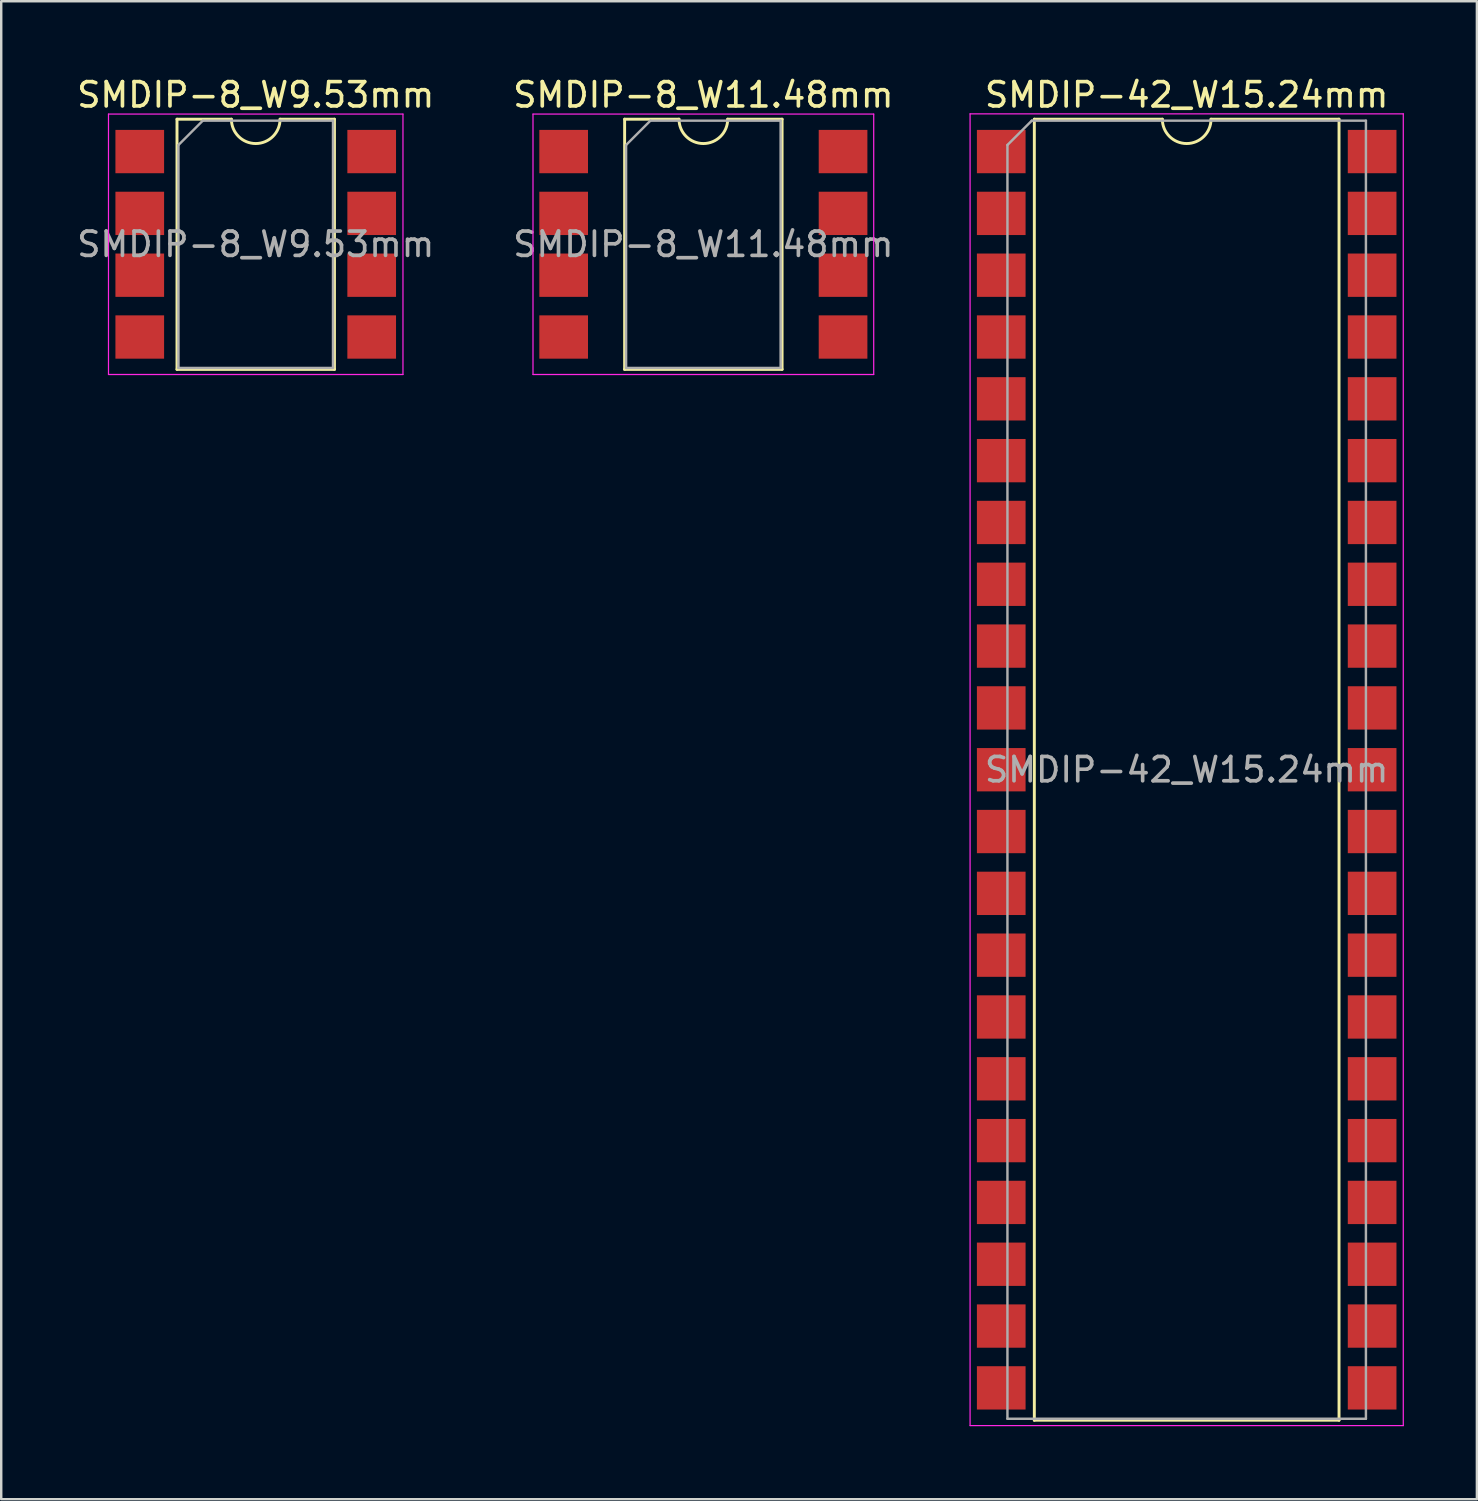
<source format=kicad_pcb>
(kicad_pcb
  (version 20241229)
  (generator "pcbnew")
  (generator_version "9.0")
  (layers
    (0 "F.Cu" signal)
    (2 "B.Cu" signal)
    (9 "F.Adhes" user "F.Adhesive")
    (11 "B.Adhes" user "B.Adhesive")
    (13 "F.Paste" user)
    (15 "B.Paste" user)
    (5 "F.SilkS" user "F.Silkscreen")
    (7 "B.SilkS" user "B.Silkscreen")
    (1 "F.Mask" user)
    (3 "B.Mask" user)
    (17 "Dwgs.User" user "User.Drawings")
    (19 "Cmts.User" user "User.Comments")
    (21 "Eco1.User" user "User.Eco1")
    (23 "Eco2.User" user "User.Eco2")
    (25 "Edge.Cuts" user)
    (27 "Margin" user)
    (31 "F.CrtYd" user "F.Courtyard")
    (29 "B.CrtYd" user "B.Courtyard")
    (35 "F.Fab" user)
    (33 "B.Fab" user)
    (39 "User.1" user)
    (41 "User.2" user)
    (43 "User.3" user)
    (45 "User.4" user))
  (footprint "SMDIP-8_W11.48mm"
    (layer "F.Cu")
    (at 25.851 6.988)
    (property "Reference" "SMDIP-8_W11.48mm" (at 0 -6.14 0) (layer "F.SilkS") (effects (font (size 1 1) (thickness 0.15))))
    (attr smd)
    (fp_line (start -3.235 -5.14) (end -3.235 5.14) (stroke (width 0.12) (type solid)) (layer "F.SilkS"))
    (fp_line (start -3.235 5.14) (end 3.235 5.14) (stroke (width 0.12) (type solid)) (layer "F.SilkS"))
    (fp_line (start -1 -5.14) (end -3.235 -5.14) (stroke (width 0.12) (type solid)) (layer "F.SilkS"))
    (fp_line (start 3.235 -5.14) (end 1 -5.14) (stroke (width 0.12) (type solid)) (layer "F.SilkS"))
    (fp_line (start 3.235 5.14) (end 3.235 -5.14) (stroke (width 0.12) (type solid)) (layer "F.SilkS"))
    (fp_arc (start 1 -5.14) (mid 0 -4.14) (end -1 -5.14) (stroke (width 0.12) (type solid)) (layer "F.SilkS"))
    (fp_line (start -7 -5.35) (end -7 5.35) (stroke (width 0.05) (type solid)) (layer "F.CrtYd"))
    (fp_line (start -7 5.35) (end 7 5.35) (stroke (width 0.05) (type solid)) (layer "F.CrtYd"))
    (fp_line (start 7 -5.35) (end -7 -5.35) (stroke (width 0.05) (type solid)) (layer "F.CrtYd"))
    (fp_line (start 7 5.35) (end 7 -5.35) (stroke (width 0.05) (type solid)) (layer "F.CrtYd"))
    (fp_line (start -3.175 -4.08) (end -2.175 -5.08) (stroke (width 0.1) (type solid)) (layer "F.Fab"))
    (fp_line (start -3.175 5.08) (end -3.175 -4.08) (stroke (width 0.1) (type solid)) (layer "F.Fab"))
    (fp_line (start -2.175 -5.08) (end 3.175 -5.08) (stroke (width 0.1) (type solid)) (layer "F.Fab"))
    (fp_line (start 3.175 -5.08) (end 3.175 5.08) (stroke (width 0.1) (type solid)) (layer "F.Fab"))
    (fp_line (start 3.175 5.08) (end -3.175 5.08) (stroke (width 0.1) (type solid)) (layer "F.Fab"))
    (fp_text user "${REFERENCE}" (at 0 0 0) (layer "F.Fab") (effects (font (size 1 1) (thickness 0.15))))
    (pad "1" smd rect (at -5.74 -3.81) (size 2 1.78) (layers "F.Cu" "F.Mask" "F.Paste"))
    (pad "2" smd rect (at -5.74 -1.27) (size 2 1.78) (layers "F.Cu" "F.Mask" "F.Paste"))
    (pad "3" smd rect (at -5.74 1.27) (size 2 1.78) (layers "F.Cu" "F.Mask" "F.Paste"))
    (pad "4" smd rect (at -5.74 3.81) (size 2 1.78) (layers "F.Cu" "F.Mask" "F.Paste"))
    (pad "5" smd rect (at 5.74 3.81) (size 2 1.78) (layers "F.Cu" "F.Mask" "F.Paste"))
    (pad "6" smd rect (at 5.74 1.27) (size 2 1.78) (layers "F.Cu" "F.Mask" "F.Paste"))
    (pad "7" smd rect (at 5.74 -1.27) (size 2 1.78) (layers "F.Cu" "F.Mask" "F.Paste"))
    (pad "8" smd rect (at 5.74 -3.81) (size 2 1.78) (layers "F.Cu" "F.Mask" "F.Paste")))
  (footprint "SMDIP-42_W15.24mm"
    (layer "F.Cu")
    (at 45.711 28.578)
    (property "Reference" "SMDIP-42_W15.24mm" (at 0 -27.73 0) (layer "F.SilkS") (effects (font (size 1 1) (thickness 0.15))))
    (attr smd)
    (fp_line (start -6.26 -26.73) (end -6.26 26.73) (stroke (width 0.12) (type solid)) (layer "F.SilkS"))
    (fp_line (start -6.26 26.73) (end 6.26 26.73) (stroke (width 0.12) (type solid)) (layer "F.SilkS"))
    (fp_line (start -1 -26.73) (end -6.26 -26.73) (stroke (width 0.12) (type solid)) (layer "F.SilkS"))
    (fp_line (start 6.26 -26.73) (end 1 -26.73) (stroke (width 0.12) (type solid)) (layer "F.SilkS"))
    (fp_line (start 6.26 26.73) (end 6.26 -26.73) (stroke (width 0.12) (type solid)) (layer "F.SilkS"))
    (fp_arc (start 1 -26.73) (mid 0 -25.73) (end -1 -26.73) (stroke (width 0.12) (type solid)) (layer "F.SilkS"))
    (fp_line (start -8.9 -26.95) (end -8.9 26.95) (stroke (width 0.05) (type solid)) (layer "F.CrtYd"))
    (fp_line (start -8.9 26.95) (end 8.9 26.95) (stroke (width 0.05) (type solid)) (layer "F.CrtYd"))
    (fp_line (start 8.9 -26.95) (end -8.9 -26.95) (stroke (width 0.05) (type solid)) (layer "F.CrtYd"))
    (fp_line (start 8.9 26.95) (end 8.9 -26.95) (stroke (width 0.05) (type solid)) (layer "F.CrtYd"))
    (fp_line (start -7.365 -25.67) (end -6.365 -26.67) (stroke (width 0.1) (type solid)) (layer "F.Fab"))
    (fp_line (start -7.365 26.67) (end -7.365 -25.67) (stroke (width 0.1) (type solid)) (layer "F.Fab"))
    (fp_line (start -6.365 -26.67) (end 7.365 -26.67) (stroke (width 0.1) (type solid)) (layer "F.Fab"))
    (fp_line (start 7.365 -26.67) (end 7.365 26.67) (stroke (width 0.1) (type solid)) (layer "F.Fab"))
    (fp_line (start 7.365 26.67) (end -7.365 26.67) (stroke (width 0.1) (type solid)) (layer "F.Fab"))
    (fp_text user "${REFERENCE}" (at 0 0 0) (layer "F.Fab") (effects (font (size 1 1) (thickness 0.15))))
    (pad "1" smd rect (at -7.62 -25.4) (size 2 1.78) (layers "F.Cu" "F.Mask" "F.Paste"))
    (pad "2" smd rect (at -7.62 -22.86) (size 2 1.78) (layers "F.Cu" "F.Mask" "F.Paste"))
    (pad "3" smd rect (at -7.62 -20.32) (size 2 1.78) (layers "F.Cu" "F.Mask" "F.Paste"))
    (pad "4" smd rect (at -7.62 -17.78) (size 2 1.78) (layers "F.Cu" "F.Mask" "F.Paste"))
    (pad "5" smd rect (at -7.62 -15.24) (size 2 1.78) (layers "F.Cu" "F.Mask" "F.Paste"))
    (pad "6" smd rect (at -7.62 -12.7) (size 2 1.78) (layers "F.Cu" "F.Mask" "F.Paste"))
    (pad "7" smd rect (at -7.62 -10.16) (size 2 1.78) (layers "F.Cu" "F.Mask" "F.Paste"))
    (pad "8" smd rect (at -7.62 -7.62) (size 2 1.78) (layers "F.Cu" "F.Mask" "F.Paste"))
    (pad "9" smd rect (at -7.62 -5.08) (size 2 1.78) (layers "F.Cu" "F.Mask" "F.Paste"))
    (pad "10" smd rect (at -7.62 -2.54) (size 2 1.78) (layers "F.Cu" "F.Mask" "F.Paste"))
    (pad "11" smd rect (at -7.62 0) (size 2 1.78) (layers "F.Cu" "F.Mask" "F.Paste"))
    (pad "12" smd rect (at -7.62 2.54) (size 2 1.78) (layers "F.Cu" "F.Mask" "F.Paste"))
    (pad "13" smd rect (at -7.62 5.08) (size 2 1.78) (layers "F.Cu" "F.Mask" "F.Paste"))
    (pad "14" smd rect (at -7.62 7.62) (size 2 1.78) (layers "F.Cu" "F.Mask" "F.Paste"))
    (pad "15" smd rect (at -7.62 10.16) (size 2 1.78) (layers "F.Cu" "F.Mask" "F.Paste"))
    (pad "16" smd rect (at -7.62 12.7) (size 2 1.78) (layers "F.Cu" "F.Mask" "F.Paste"))
    (pad "17" smd rect (at -7.62 15.24) (size 2 1.78) (layers "F.Cu" "F.Mask" "F.Paste"))
    (pad "18" smd rect (at -7.62 17.78) (size 2 1.78) (layers "F.Cu" "F.Mask" "F.Paste"))
    (pad "19" smd rect (at -7.62 20.32) (size 2 1.78) (layers "F.Cu" "F.Mask" "F.Paste"))
    (pad "20" smd rect (at -7.62 22.86) (size 2 1.78) (layers "F.Cu" "F.Mask" "F.Paste"))
    (pad "21" smd rect (at -7.62 25.4) (size 2 1.78) (layers "F.Cu" "F.Mask" "F.Paste"))
    (pad "22" smd rect (at 7.62 25.4) (size 2 1.78) (layers "F.Cu" "F.Mask" "F.Paste"))
    (pad "23" smd rect (at 7.62 22.86) (size 2 1.78) (layers "F.Cu" "F.Mask" "F.Paste"))
    (pad "24" smd rect (at 7.62 20.32) (size 2 1.78) (layers "F.Cu" "F.Mask" "F.Paste"))
    (pad "25" smd rect (at 7.62 17.78) (size 2 1.78) (layers "F.Cu" "F.Mask" "F.Paste"))
    (pad "26" smd rect (at 7.62 15.24) (size 2 1.78) (layers "F.Cu" "F.Mask" "F.Paste"))
    (pad "27" smd rect (at 7.62 12.7) (size 2 1.78) (layers "F.Cu" "F.Mask" "F.Paste"))
    (pad "28" smd rect (at 7.62 10.16) (size 2 1.78) (layers "F.Cu" "F.Mask" "F.Paste"))
    (pad "29" smd rect (at 7.62 7.62) (size 2 1.78) (layers "F.Cu" "F.Mask" "F.Paste"))
    (pad "30" smd rect (at 7.62 5.08) (size 2 1.78) (layers "F.Cu" "F.Mask" "F.Paste"))
    (pad "31" smd rect (at 7.62 2.54) (size 2 1.78) (layers "F.Cu" "F.Mask" "F.Paste"))
    (pad "32" smd rect (at 7.62 0) (size 2 1.78) (layers "F.Cu" "F.Mask" "F.Paste"))
    (pad "33" smd rect (at 7.62 -2.54) (size 2 1.78) (layers "F.Cu" "F.Mask" "F.Paste"))
    (pad "34" smd rect (at 7.62 -5.08) (size 2 1.78) (layers "F.Cu" "F.Mask" "F.Paste"))
    (pad "35" smd rect (at 7.62 -7.62) (size 2 1.78) (layers "F.Cu" "F.Mask" "F.Paste"))
    (pad "36" smd rect (at 7.62 -10.16) (size 2 1.78) (layers "F.Cu" "F.Mask" "F.Paste"))
    (pad "37" smd rect (at 7.62 -12.7) (size 2 1.78) (layers "F.Cu" "F.Mask" "F.Paste"))
    (pad "38" smd rect (at 7.62 -15.24) (size 2 1.78) (layers "F.Cu" "F.Mask" "F.Paste"))
    (pad "39" smd rect (at 7.62 -17.78) (size 2 1.78) (layers "F.Cu" "F.Mask" "F.Paste"))
    (pad "40" smd rect (at 7.62 -20.32) (size 2 1.78) (layers "F.Cu" "F.Mask" "F.Paste"))
    (pad "41" smd rect (at 7.62 -22.86) (size 2 1.78) (layers "F.Cu" "F.Mask" "F.Paste"))
    (pad "42" smd rect (at 7.62 -25.4) (size 2 1.78) (layers "F.Cu" "F.Mask" "F.Paste")))
  (footprint "SMDIP-8_W9.53mm"
    (layer "F.Cu")
    (at 7.458 6.988)
    (property "Reference" "SMDIP-8_W9.53mm" (at 0 -6.14 0) (layer "F.SilkS") (effects (font (size 1 1) (thickness 0.15))))
    (attr smd)
    (fp_line (start -3.235 -5.14) (end -3.235 5.14) (stroke (width 0.12) (type solid)) (layer "F.SilkS"))
    (fp_line (start -3.235 5.14) (end 3.235 5.14) (stroke (width 0.12) (type solid)) (layer "F.SilkS"))
    (fp_line (start -1 -5.14) (end -3.235 -5.14) (stroke (width 0.12) (type solid)) (layer "F.SilkS"))
    (fp_line (start 3.235 -5.14) (end 1 -5.14) (stroke (width 0.12) (type solid)) (layer "F.SilkS"))
    (fp_line (start 3.235 5.14) (end 3.235 -5.14) (stroke (width 0.12) (type solid)) (layer "F.SilkS"))
    (fp_arc (start 1 -5.14) (mid 0 -4.14) (end -1 -5.14) (stroke (width 0.12) (type solid)) (layer "F.SilkS"))
    (fp_line (start -6.05 -5.35) (end -6.05 5.35) (stroke (width 0.05) (type solid)) (layer "F.CrtYd"))
    (fp_line (start -6.05 5.35) (end 6.05 5.35) (stroke (width 0.05) (type solid)) (layer "F.CrtYd"))
    (fp_line (start 6.05 -5.35) (end -6.05 -5.35) (stroke (width 0.05) (type solid)) (layer "F.CrtYd"))
    (fp_line (start 6.05 5.35) (end 6.05 -5.35) (stroke (width 0.05) (type solid)) (layer "F.CrtYd"))
    (fp_line (start -3.175 -4.08) (end -2.175 -5.08) (stroke (width 0.1) (type solid)) (layer "F.Fab"))
    (fp_line (start -3.175 5.08) (end -3.175 -4.08) (stroke (width 0.1) (type solid)) (layer "F.Fab"))
    (fp_line (start -2.175 -5.08) (end 3.175 -5.08) (stroke (width 0.1) (type solid)) (layer "F.Fab"))
    (fp_line (start 3.175 -5.08) (end 3.175 5.08) (stroke (width 0.1) (type solid)) (layer "F.Fab"))
    (fp_line (start 3.175 5.08) (end -3.175 5.08) (stroke (width 0.1) (type solid)) (layer "F.Fab"))
    (fp_text user "${REFERENCE}" (at 0 0 0) (layer "F.Fab") (effects (font (size 1 1) (thickness 0.15))))
    (pad "1" smd rect (at -4.765 -3.81) (size 2 1.78) (layers "F.Cu" "F.Mask" "F.Paste"))
    (pad "2" smd rect (at -4.765 -1.27) (size 2 1.78) (layers "F.Cu" "F.Mask" "F.Paste"))
    (pad "3" smd rect (at -4.765 1.27) (size 2 1.78) (layers "F.Cu" "F.Mask" "F.Paste"))
    (pad "4" smd rect (at -4.765 3.81) (size 2 1.78) (layers "F.Cu" "F.Mask" "F.Paste"))
    (pad "5" smd rect (at 4.765 3.81) (size 2 1.78) (layers "F.Cu" "F.Mask" "F.Paste"))
    (pad "6" smd rect (at 4.765 1.27) (size 2 1.78) (layers "F.Cu" "F.Mask" "F.Paste"))
    (pad "7" smd rect (at 4.765 -1.27) (size 2 1.78) (layers "F.Cu" "F.Mask" "F.Paste"))
    (pad "8" smd rect (at 4.765 -3.81) (size 2 1.78) (layers "F.Cu" "F.Mask" "F.Paste")))
  (gr_rect
    (start -3 -3)
    (end 57.636 58.553)
    (stroke (width 0.1) (type default))
    (fill no)
    (layer "Edge.Cuts")))
</source>
